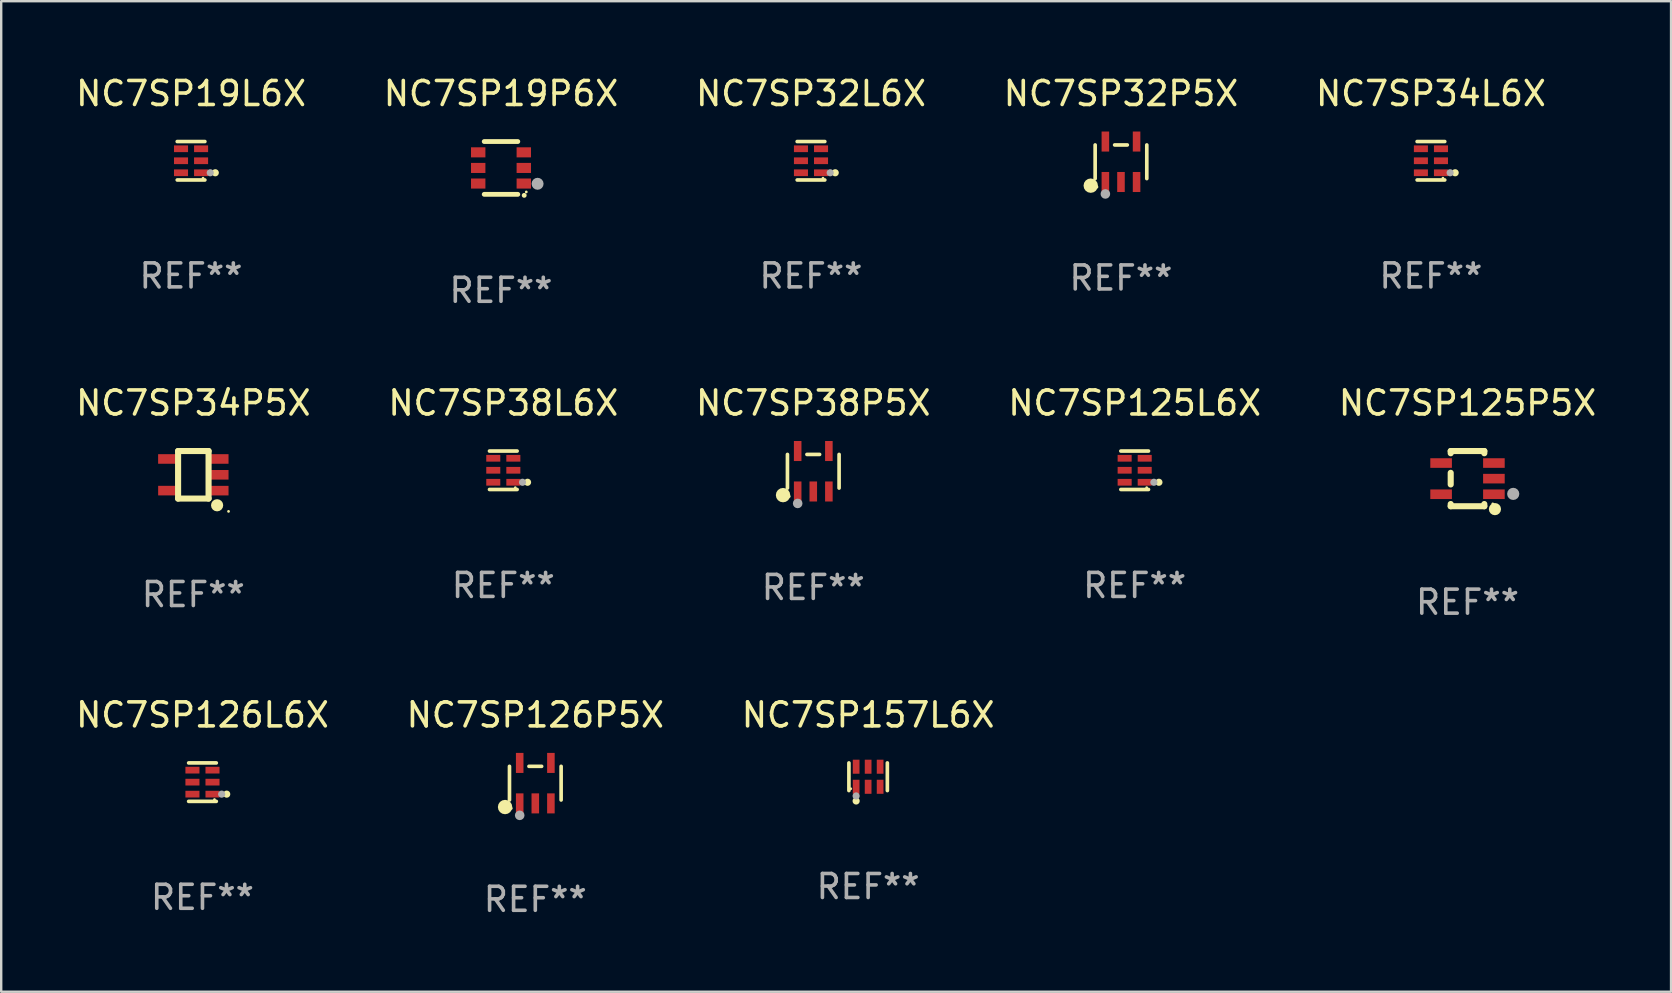
<source format=kicad_pcb>
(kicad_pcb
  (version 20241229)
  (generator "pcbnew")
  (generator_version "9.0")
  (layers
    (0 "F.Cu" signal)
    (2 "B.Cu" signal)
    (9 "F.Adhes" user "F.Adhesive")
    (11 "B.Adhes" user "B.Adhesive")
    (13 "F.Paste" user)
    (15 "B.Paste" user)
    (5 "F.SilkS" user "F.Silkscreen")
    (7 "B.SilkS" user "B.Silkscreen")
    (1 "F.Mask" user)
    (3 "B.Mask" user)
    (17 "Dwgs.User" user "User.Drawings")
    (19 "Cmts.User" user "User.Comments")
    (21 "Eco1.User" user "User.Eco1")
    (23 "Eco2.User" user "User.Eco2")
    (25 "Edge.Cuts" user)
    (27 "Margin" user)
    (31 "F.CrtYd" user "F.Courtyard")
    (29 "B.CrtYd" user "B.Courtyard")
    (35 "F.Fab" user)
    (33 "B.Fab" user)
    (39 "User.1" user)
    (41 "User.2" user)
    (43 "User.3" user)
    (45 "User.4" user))
  (footprint "NC7SP126P5X"
    (layer "F.Cu")
    (at 19.256 29.584)
    (property "Reference" "NC7SP126P5X" (at 0 -2.843 0) (layer "F.SilkS") (effects (font (size 1 1) (thickness 0.15))))
    (attr through_hole)
    (fp_line (start -1.076 0.701) (end -1.076 -0.701) (stroke (width 0.152) (type solid)) (layer "F.SilkS"))
    (fp_line (start 0.264 -0.701) (end -0.264 -0.701) (stroke (width 0.152) (type solid)) (layer "F.SilkS"))
    (fp_line (start 1.076 0.701) (end 1.076 -0.701) (stroke (width 0.152) (type solid)) (layer "F.SilkS"))
    (fp_circle (center -1.26 0.995) (end -1.11 0.995) (stroke (width 0.3) (type solid)) (fill no) (layer "F.SilkS"))
    (fp_circle (center -1 1.05) (end -0.97 1.05) (stroke (width 0.06) (type solid)) (fill no) (layer "F.SilkS"))
    (fp_circle (center -0.65 1.341) (end -0.55 1.341) (stroke (width 0.2) (type solid)) (fill no) (layer "F.Fab"))
    (fp_text user "REF**" (at 0 4.843 0) (layer "F.Fab") (effects (font (size 1 1) (thickness 0.15))))
    (pad "1" smd rect (at -0.65 0.843) (size 0.315 0.835) (layers "F.Cu" "F.Mask" "F.Paste"))
    (pad "2" smd rect (at 0.00014 0.843) (size 0.315 0.835) (layers "F.Cu" "F.Mask" "F.Paste"))
    (pad "3" smd rect (at 0.65 0.843) (size 0.315 0.835) (layers "F.Cu" "F.Mask" "F.Paste"))
    (pad "4" smd rect (at 0.65 -0.843) (size 0.315 0.835) (layers "F.Cu" "F.Mask" "F.Paste"))
    (pad "5" smd rect (at -0.65 -0.843) (size 0.315 0.835) (layers "F.Cu" "F.Mask" "F.Paste")))
  (footprint "NC7SP19P6X"
    (layer "F.Cu")
    (at 17.827 3.948)
    (property "Reference" "NC7SP19P6X" (at 0 -3.1 0) (layer "F.SilkS") (effects (font (size 1 1) (thickness 0.15))))
    (attr through_hole)
    (fp_line (start -0.7 -1.1) (end 0.7 -1.1) (stroke (width 0.2) (type solid)) (layer "F.SilkS"))
    (fp_line (start -0.7 1.1) (end 0.7 1.1) (stroke (width 0.2) (type solid)) (layer "F.SilkS"))
    (fp_arc (start 0.965202 1.143002) (mid 0.966472 1.142996) (end 0.967742 1.143002) (stroke (width 0.2) (type solid)) (layer "F.SilkS"))
    (fp_circle (center 1.053 1) (end 1.083 1) (stroke (width 0.06) (type solid)) (fill no) (layer "F.SilkS"))
    (fp_circle (center 1.524 0.66) (end 1.649 0.66) (stroke (width 0.25) (type solid)) (fill no) (layer "F.Fab"))
    (fp_text user "REF**" (at 0 5.1 0) (layer "F.Fab") (effects (font (size 1 1) (thickness 0.15))))
    (pad "1" smd rect (at 0.95 0.65 90) (size 0.42 0.6) (layers "F.Cu" "F.Mask" "F.Paste"))
    (pad "2" smd rect (at 0.95 0 90) (size 0.42 0.6) (layers "F.Cu" "F.Mask" "F.Paste"))
    (pad "3" smd rect (at 0.95 -0.65 90) (size 0.42 0.6) (layers "F.Cu" "F.Mask" "F.Paste"))
    (pad "4" smd rect (at -0.95 -0.65 270) (size 0.42 0.6) (layers "F.Cu" "F.Mask" "F.Paste"))
    (pad "5" smd rect (at -0.95 0 270) (size 0.42 0.6) (layers "F.Cu" "F.Mask" "F.Paste"))
    (pad "6" smd rect (at -0.95 0.65 270) (size 0.42 0.6) (layers "F.Cu" "F.Mask" "F.Paste")))
  (footprint "NC7SP34P5X"
    (layer "F.Cu")
    (at 5.006 16.735)
    (property "Reference" "NC7SP34P5X" (at 0 -2.991 0) (layer "F.SilkS") (effects (font (size 1 1) (thickness 0.15))))
    (attr through_hole)
    (fp_line (start -0.635 -0.991) (end 0.635 -0.991) (stroke (width 0.254) (type solid)) (layer "F.SilkS"))
    (fp_line (start -0.635 0.991) (end -0.635 -0.991) (stroke (width 0.254) (type solid)) (layer "F.SilkS"))
    (fp_line (start 0.635 -0.991) (end 0.635 0.991) (stroke (width 0.254) (type solid)) (layer "F.SilkS"))
    (fp_line (start 0.635 0.991) (end -0.635 0.991) (stroke (width 0.254) (type solid)) (layer "F.SilkS"))
    (fp_circle (center 0.991 1.27) (end 1.118 1.27) (stroke (width 0.254) (type solid)) (fill no) (layer "F.SilkS"))
    (fp_circle (center 1.467 1.524) (end 1.497 1.524) (stroke (width 0.06) (type solid)) (fill no) (layer "F.SilkS"))
    (fp_text user "REF**" (at 0 4.991 0) (layer "F.Fab") (effects (font (size 1 1) (thickness 0.15))))
    (pad "1" smd rect (at 1.067 0.66 180) (size 0.8 0.399) (layers "F.Cu" "F.Mask" "F.Paste"))
    (pad "2" smd rect (at 1.067 0 180) (size 0.8 0.399) (layers "F.Cu" "F.Mask" "F.Paste"))
    (pad "3" smd rect (at 1.067 -0.66 180) (size 0.8 0.399) (layers "F.Cu" "F.Mask" "F.Paste"))
    (pad "4" smd rect (at -1.067 -0.66 180) (size 0.8 0.399) (layers "F.Cu" "F.Mask" "F.Paste"))
    (pad "5" smd rect (at -1.066 0.659 180) (size 0.8 0.399) (layers "F.Cu" "F.Mask" "F.Paste")))
  (footprint "NC7SP34L6X"
    (layer "F.Cu")
    (at 56.577 3.649)
    (property "Reference" "NC7SP34L6X" (at 0 -2.801 0) (layer "F.SilkS") (effects (font (size 1 1) (thickness 0.15))))
    (attr through_hole)
    (fp_line (start 0.576 -0.801) (end -0.576 -0.801) (stroke (width 0.152) (type solid)) (layer "F.SilkS"))
    (fp_line (start 0.576 0.801) (end -0.576 0.801) (stroke (width 0.152) (type solid)) (layer "F.SilkS"))
    (fp_circle (center 0.5 0.725) (end 0.53 0.725) (stroke (width 0.06) (type solid)) (fill no) (layer "F.SilkS"))
    (fp_circle (center 1.01 0.5) (end 1.085 0.5) (stroke (width 0.15) (type solid)) (fill no) (layer "F.SilkS"))
    (fp_circle (center 0.8 0.5) (end 0.875 0.5) (stroke (width 0.15) (type solid)) (fill no) (layer "F.Fab"))
    (fp_text user "REF**" (at 0 4.801 0) (layer "F.Fab") (effects (font (size 1 1) (thickness 0.15))))
    (pad "1" smd rect (at 0.418 0.5 90) (size 0.28 0.585) (layers "F.Cu" "F.Mask" "F.Paste"))
    (pad "2" smd rect (at 0.418 0 90) (size 0.28 0.585) (layers "F.Cu" "F.Mask" "F.Paste"))
    (pad "3" smd rect (at 0.418 -0.5 90) (size 0.28 0.585) (layers "F.Cu" "F.Mask" "F.Paste"))
    (pad "4" smd rect (at -0.418 -0.5 90) (size 0.28 0.585) (layers "F.Cu" "F.Mask" "F.Paste"))
    (pad "5" smd rect (at -0.418 0 90) (size 0.28 0.585) (layers "F.Cu" "F.Mask" "F.Paste"))
    (pad "6" smd rect (at -0.418 0.5 90) (size 0.28 0.585) (layers "F.Cu" "F.Mask" "F.Paste")))
  (footprint "NC7SP157L6X"
    (layer "F.Cu")
    (at 33.125 29.317)
    (property "Reference" "NC7SP157L6X" (at 0 -2.576 0) (layer "F.SilkS") (effects (font (size 1 1) (thickness 0.15))))
    (attr through_hole)
    (fp_line (start -0.801 0.576) (end -0.801 -0.576) (stroke (width 0.152) (type solid)) (layer "F.SilkS"))
    (fp_line (start 0.801 0.576) (end 0.801 -0.576) (stroke (width 0.152) (type solid)) (layer "F.SilkS"))
    (fp_circle (center -0.725 0.5) (end -0.695 0.5) (stroke (width 0.06) (type solid)) (fill no) (layer "F.SilkS"))
    (fp_circle (center -0.5 1.01) (end -0.425 1.01) (stroke (width 0.15) (type solid)) (fill no) (layer "F.SilkS"))
    (fp_circle (center -0.5 0.8) (end -0.425 0.8) (stroke (width 0.15) (type solid)) (fill no) (layer "F.Fab"))
    (fp_text user "REF**" (at 0 4.576 0) (layer "F.Fab") (effects (font (size 1 1) (thickness 0.15))))
    (pad "1" smd rect (at -0.5 0.418) (size 0.28 0.585) (layers "F.Cu" "F.Mask" "F.Paste"))
    (pad "2" smd rect (at 0 0.418) (size 0.28 0.585) (layers "F.Cu" "F.Mask" "F.Paste"))
    (pad "3" smd rect (at 0.5 0.418) (size 0.28 0.585) (layers "F.Cu" "F.Mask" "F.Paste"))
    (pad "4" smd rect (at 0.5 -0.418) (size 0.28 0.585) (layers "F.Cu" "F.Mask" "F.Paste"))
    (pad "5" smd rect (at 0 -0.418) (size 0.28 0.585) (layers "F.Cu" "F.Mask" "F.Paste"))
    (pad "6" smd rect (at -0.5 -0.418) (size 0.28 0.585) (layers "F.Cu" "F.Mask" "F.Paste")))
  (footprint "NC7SP126L6X"
    (layer "F.Cu")
    (at 5.387 29.542)
    (property "Reference" "NC7SP126L6X" (at 0 -2.801 0) (layer "F.SilkS") (effects (font (size 1 1) (thickness 0.15))))
    (attr through_hole)
    (fp_line (start 0.576 -0.801) (end -0.576 -0.801) (stroke (width 0.152) (type solid)) (layer "F.SilkS"))
    (fp_line (start 0.576 0.801) (end -0.576 0.801) (stroke (width 0.152) (type solid)) (layer "F.SilkS"))
    (fp_circle (center 0.5 0.725) (end 0.53 0.725) (stroke (width 0.06) (type solid)) (fill no) (layer "F.SilkS"))
    (fp_circle (center 1.01 0.5) (end 1.085 0.5) (stroke (width 0.15) (type solid)) (fill no) (layer "F.SilkS"))
    (fp_circle (center 0.8 0.5) (end 0.875 0.5) (stroke (width 0.15) (type solid)) (fill no) (layer "F.Fab"))
    (fp_text user "REF**" (at 0 4.801 0) (layer "F.Fab") (effects (font (size 1 1) (thickness 0.15))))
    (pad "1" smd rect (at 0.418 0.5 90) (size 0.28 0.585) (layers "F.Cu" "F.Mask" "F.Paste"))
    (pad "2" smd rect (at 0.418 0 90) (size 0.28 0.585) (layers "F.Cu" "F.Mask" "F.Paste"))
    (pad "3" smd rect (at 0.418 -0.5 90) (size 0.28 0.585) (layers "F.Cu" "F.Mask" "F.Paste"))
    (pad "4" smd rect (at -0.418 -0.5 90) (size 0.28 0.585) (layers "F.Cu" "F.Mask" "F.Paste"))
    (pad "5" smd rect (at -0.418 0 90) (size 0.28 0.585) (layers "F.Cu" "F.Mask" "F.Paste"))
    (pad "6" smd rect (at -0.418 0.5 90) (size 0.28 0.585) (layers "F.Cu" "F.Mask" "F.Paste")))
  (footprint "NC7SP38P5X"
    (layer "F.Cu")
    (at 30.839 16.587)
    (property "Reference" "NC7SP38P5X" (at 0 -2.843 0) (layer "F.SilkS") (effects (font (size 1 1) (thickness 0.15))))
    (attr through_hole)
    (fp_line (start -1.076 0.701) (end -1.076 -0.701) (stroke (width 0.152) (type solid)) (layer "F.SilkS"))
    (fp_line (start 0.264 -0.701) (end -0.264 -0.701) (stroke (width 0.152) (type solid)) (layer "F.SilkS"))
    (fp_line (start 1.076 0.701) (end 1.076 -0.701) (stroke (width 0.152) (type solid)) (layer "F.SilkS"))
    (fp_circle (center -1.26 0.995) (end -1.11 0.995) (stroke (width 0.3) (type solid)) (fill no) (layer "F.SilkS"))
    (fp_circle (center -1 1.05) (end -0.97 1.05) (stroke (width 0.06) (type solid)) (fill no) (layer "F.SilkS"))
    (fp_circle (center -0.65 1.341) (end -0.55 1.341) (stroke (width 0.2) (type solid)) (fill no) (layer "F.Fab"))
    (fp_text user "REF**" (at 0 4.843 0) (layer "F.Fab") (effects (font (size 1 1) (thickness 0.15))))
    (pad "1" smd rect (at -0.65 0.843) (size 0.315 0.835) (layers "F.Cu" "F.Mask" "F.Paste"))
    (pad "2" smd rect (at 0.00014 0.843) (size 0.315 0.835) (layers "F.Cu" "F.Mask" "F.Paste"))
    (pad "3" smd rect (at 0.65 0.843) (size 0.315 0.835) (layers "F.Cu" "F.Mask" "F.Paste"))
    (pad "4" smd rect (at 0.65 -0.843) (size 0.315 0.835) (layers "F.Cu" "F.Mask" "F.Paste"))
    (pad "5" smd rect (at -0.65 -0.843) (size 0.315 0.835) (layers "F.Cu" "F.Mask" "F.Paste")))
  (footprint "NC7SP125P5X"
    (layer "F.Cu")
    (at 58.101 16.895)
    (property "Reference" "NC7SP125P5X" (at 0 -3.15 0) (layer "F.SilkS") (effects (font (size 1 1) (thickness 0.15))))
    (attr through_hole)
    (fp_line (start -0.7 -1.15) (end 0.7 -1.15) (stroke (width 0.254) (type solid)) (layer "F.SilkS"))
    (fp_line (start -0.7 -1.058) (end -0.7 -1.15) (stroke (width 0.254) (type solid)) (layer "F.SilkS"))
    (fp_line (start -0.7 0.242) (end -0.7 -0.242) (stroke (width 0.254) (type solid)) (layer "F.SilkS"))
    (fp_line (start -0.7 1.15) (end -0.7 1.058) (stroke (width 0.254) (type solid)) (layer "F.SilkS"))
    (fp_line (start -0.7 1.15) (end 0.7 1.15) (stroke (width 0.254) (type solid)) (layer "F.SilkS"))
    (fp_line (start 0.7 -1.058) (end 0.7 -1.15) (stroke (width 0.254) (type solid)) (layer "F.SilkS"))
    (fp_line (start 0.7 1.15) (end 0.7 1.058) (stroke (width 0.254) (type solid)) (layer "F.SilkS"))
    (fp_circle (center 1.053 1.052) (end 1.083 1.052) (stroke (width 0.06) (type solid)) (fill no) (layer "F.SilkS"))
    (fp_circle (center 1.143 1.27) (end 1.27 1.27) (stroke (width 0.254) (type solid)) (fill no) (layer "F.SilkS"))
    (fp_circle (center 1.905 0.635) (end 2.032 0.635) (stroke (width 0.254) (type solid)) (fill no) (layer "F.Fab"))
    (fp_text user "REF**" (at 0 5.15 0) (layer "F.Fab") (effects (font (size 1 1) (thickness 0.15))))
    (pad "1" smd rect (at 1.1 0.65 90) (size 0.4 0.9) (layers "F.Cu" "F.Mask" "F.Paste"))
    (pad "2" smd rect (at 1.1 0.000076 90) (size 0.4 0.9) (layers "F.Cu" "F.Mask" "F.Paste"))
    (pad "3" smd rect (at 1.1 -0.65 90) (size 0.4 0.9) (layers "F.Cu" "F.Mask" "F.Paste"))
    (pad "4" smd rect (at -1.1 -0.65 90) (size 0.4 0.9) (layers "F.Cu" "F.Mask" "F.Paste"))
    (pad "5" smd rect (at -1.1 0.65 90) (size 0.4 0.9) (layers "F.Cu" "F.Mask" "F.Paste")))
  (footprint "NC7SP32L6X"
    (layer "F.Cu")
    (at 30.744 3.649)
    (property "Reference" "NC7SP32L6X" (at 0 -2.801 0) (layer "F.SilkS") (effects (font (size 1 1) (thickness 0.15))))
    (attr through_hole)
    (fp_line (start 0.576 -0.801) (end -0.576 -0.801) (stroke (width 0.152) (type solid)) (layer "F.SilkS"))
    (fp_line (start 0.576 0.801) (end -0.576 0.801) (stroke (width 0.152) (type solid)) (layer "F.SilkS"))
    (fp_circle (center 0.5 0.725) (end 0.53 0.725) (stroke (width 0.06) (type solid)) (fill no) (layer "F.SilkS"))
    (fp_circle (center 1.01 0.5) (end 1.085 0.5) (stroke (width 0.15) (type solid)) (fill no) (layer "F.SilkS"))
    (fp_circle (center 0.8 0.5) (end 0.875 0.5) (stroke (width 0.15) (type solid)) (fill no) (layer "F.Fab"))
    (fp_text user "REF**" (at 0 4.801 0) (layer "F.Fab") (effects (font (size 1 1) (thickness 0.15))))
    (pad "1" smd rect (at 0.418 0.5 90) (size 0.28 0.585) (layers "F.Cu" "F.Mask" "F.Paste"))
    (pad "2" smd rect (at 0.418 0 90) (size 0.28 0.585) (layers "F.Cu" "F.Mask" "F.Paste"))
    (pad "3" smd rect (at 0.418 -0.5 90) (size 0.28 0.585) (layers "F.Cu" "F.Mask" "F.Paste"))
    (pad "4" smd rect (at -0.418 -0.5 90) (size 0.28 0.585) (layers "F.Cu" "F.Mask" "F.Paste"))
    (pad "5" smd rect (at -0.418 0 90) (size 0.28 0.585) (layers "F.Cu" "F.Mask" "F.Paste"))
    (pad "6" smd rect (at -0.418 0.5 90) (size 0.28 0.585) (layers "F.Cu" "F.Mask" "F.Paste")))
  (footprint "NC7SP32P5X"
    (layer "F.Cu")
    (at 43.661 3.691)
    (property "Reference" "NC7SP32P5X" (at 0 -2.843 0) (layer "F.SilkS") (effects (font (size 1 1) (thickness 0.15))))
    (attr through_hole)
    (fp_line (start -1.076 0.701) (end -1.076 -0.701) (stroke (width 0.152) (type solid)) (layer "F.SilkS"))
    (fp_line (start 0.264 -0.701) (end -0.264 -0.701) (stroke (width 0.152) (type solid)) (layer "F.SilkS"))
    (fp_line (start 1.076 0.701) (end 1.076 -0.701) (stroke (width 0.152) (type solid)) (layer "F.SilkS"))
    (fp_circle (center -1.26 0.995) (end -1.11 0.995) (stroke (width 0.3) (type solid)) (fill no) (layer "F.SilkS"))
    (fp_circle (center -1 1.05) (end -0.97 1.05) (stroke (width 0.06) (type solid)) (fill no) (layer "F.SilkS"))
    (fp_circle (center -0.65 1.341) (end -0.55 1.341) (stroke (width 0.2) (type solid)) (fill no) (layer "F.Fab"))
    (fp_text user "REF**" (at 0 4.843 0) (layer "F.Fab") (effects (font (size 1 1) (thickness 0.15))))
    (pad "1" smd rect (at -0.65 0.843) (size 0.315 0.835) (layers "F.Cu" "F.Mask" "F.Paste"))
    (pad "2" smd rect (at 0.00014 0.843) (size 0.315 0.835) (layers "F.Cu" "F.Mask" "F.Paste"))
    (pad "3" smd rect (at 0.65 0.843) (size 0.315 0.835) (layers "F.Cu" "F.Mask" "F.Paste"))
    (pad "4" smd rect (at 0.65 -0.843) (size 0.315 0.835) (layers "F.Cu" "F.Mask" "F.Paste"))
    (pad "5" smd rect (at -0.65 -0.843) (size 0.315 0.835) (layers "F.Cu" "F.Mask" "F.Paste")))
  (footprint "NC7SP38L6X"
    (layer "F.Cu")
    (at 17.923 16.546)
    (property "Reference" "NC7SP38L6X" (at 0 -2.801 0) (layer "F.SilkS") (effects (font (size 1 1) (thickness 0.15))))
    (attr through_hole)
    (fp_line (start 0.576 -0.801) (end -0.576 -0.801) (stroke (width 0.152) (type solid)) (layer "F.SilkS"))
    (fp_line (start 0.576 0.801) (end -0.576 0.801) (stroke (width 0.152) (type solid)) (layer "F.SilkS"))
    (fp_circle (center 0.5 0.725) (end 0.53 0.725) (stroke (width 0.06) (type solid)) (fill no) (layer "F.SilkS"))
    (fp_circle (center 1.01 0.5) (end 1.085 0.5) (stroke (width 0.15) (type solid)) (fill no) (layer "F.SilkS"))
    (fp_circle (center 0.8 0.5) (end 0.875 0.5) (stroke (width 0.15) (type solid)) (fill no) (layer "F.Fab"))
    (fp_text user "REF**" (at 0 4.801 0) (layer "F.Fab") (effects (font (size 1 1) (thickness 0.15))))
    (pad "1" smd rect (at 0.418 0.5 90) (size 0.28 0.585) (layers "F.Cu" "F.Mask" "F.Paste"))
    (pad "2" smd rect (at 0.418 0 90) (size 0.28 0.585) (layers "F.Cu" "F.Mask" "F.Paste"))
    (pad "3" smd rect (at 0.418 -0.5 90) (size 0.28 0.585) (layers "F.Cu" "F.Mask" "F.Paste"))
    (pad "4" smd rect (at -0.418 -0.5 90) (size 0.28 0.585) (layers "F.Cu" "F.Mask" "F.Paste"))
    (pad "5" smd rect (at -0.418 0 90) (size 0.28 0.585) (layers "F.Cu" "F.Mask" "F.Paste"))
    (pad "6" smd rect (at -0.418 0.5 90) (size 0.28 0.585) (layers "F.Cu" "F.Mask" "F.Paste")))
  (footprint "NC7SP125L6X"
    (layer "F.Cu")
    (at 44.232 16.546)
    (property "Reference" "NC7SP125L6X" (at 0 -2.801 0) (layer "F.SilkS") (effects (font (size 1 1) (thickness 0.15))))
    (attr through_hole)
    (fp_line (start 0.576 -0.801) (end -0.576 -0.801) (stroke (width 0.152) (type solid)) (layer "F.SilkS"))
    (fp_line (start 0.576 0.801) (end -0.576 0.801) (stroke (width 0.152) (type solid)) (layer "F.SilkS"))
    (fp_circle (center 0.5 0.725) (end 0.53 0.725) (stroke (width 0.06) (type solid)) (fill no) (layer "F.SilkS"))
    (fp_circle (center 1.01 0.5) (end 1.085 0.5) (stroke (width 0.15) (type solid)) (fill no) (layer "F.SilkS"))
    (fp_circle (center 0.8 0.5) (end 0.875 0.5) (stroke (width 0.15) (type solid)) (fill no) (layer "F.Fab"))
    (fp_text user "REF**" (at 0 4.801 0) (layer "F.Fab") (effects (font (size 1 1) (thickness 0.15))))
    (pad "1" smd rect (at 0.418 0.5 90) (size 0.28 0.585) (layers "F.Cu" "F.Mask" "F.Paste"))
    (pad "2" smd rect (at 0.418 0 90) (size 0.28 0.585) (layers "F.Cu" "F.Mask" "F.Paste"))
    (pad "3" smd rect (at 0.418 -0.5 90) (size 0.28 0.585) (layers "F.Cu" "F.Mask" "F.Paste"))
    (pad "4" smd rect (at -0.418 -0.5 90) (size 0.28 0.585) (layers "F.Cu" "F.Mask" "F.Paste"))
    (pad "5" smd rect (at -0.418 0 90) (size 0.28 0.585) (layers "F.Cu" "F.Mask" "F.Paste"))
    (pad "6" smd rect (at -0.418 0.5 90) (size 0.28 0.585) (layers "F.Cu" "F.Mask" "F.Paste")))
  (footprint "NC7SP19L6X"
    (layer "F.Cu")
    (at 4.911 3.649)
    (property "Reference" "NC7SP19L6X" (at 0 -2.801 0) (layer "F.SilkS") (effects (font (size 1 1) (thickness 0.15))))
    (attr through_hole)
    (fp_line (start 0.576 -0.801) (end -0.576 -0.801) (stroke (width 0.152) (type solid)) (layer "F.SilkS"))
    (fp_line (start 0.576 0.801) (end -0.576 0.801) (stroke (width 0.152) (type solid)) (layer "F.SilkS"))
    (fp_circle (center 0.5 0.725) (end 0.53 0.725) (stroke (width 0.06) (type solid)) (fill no) (layer "F.SilkS"))
    (fp_circle (center 1.01 0.5) (end 1.085 0.5) (stroke (width 0.15) (type solid)) (fill no) (layer "F.SilkS"))
    (fp_circle (center 0.8 0.5) (end 0.875 0.5) (stroke (width 0.15) (type solid)) (fill no) (layer "F.Fab"))
    (fp_text user "REF**" (at 0 4.801 0) (layer "F.Fab") (effects (font (size 1 1) (thickness 0.15))))
    (pad "1" smd rect (at 0.418 0.5 90) (size 0.28 0.585) (layers "F.Cu" "F.Mask" "F.Paste"))
    (pad "2" smd rect (at 0.418 0 90) (size 0.28 0.585) (layers "F.Cu" "F.Mask" "F.Paste"))
    (pad "3" smd rect (at 0.418 -0.5 90) (size 0.28 0.585) (layers "F.Cu" "F.Mask" "F.Paste"))
    (pad "4" smd rect (at -0.418 -0.5 90) (size 0.28 0.585) (layers "F.Cu" "F.Mask" "F.Paste"))
    (pad "5" smd rect (at -0.418 0 90) (size 0.28 0.585) (layers "F.Cu" "F.Mask" "F.Paste"))
    (pad "6" smd rect (at -0.418 0.5 90) (size 0.28 0.585) (layers "F.Cu" "F.Mask" "F.Paste")))
  (gr_rect
    (start -3 -3)
    (end 66.583 38.275)
    (stroke (width 0.1) (type default))
    (fill no)
    (layer "Edge.Cuts")))
</source>
